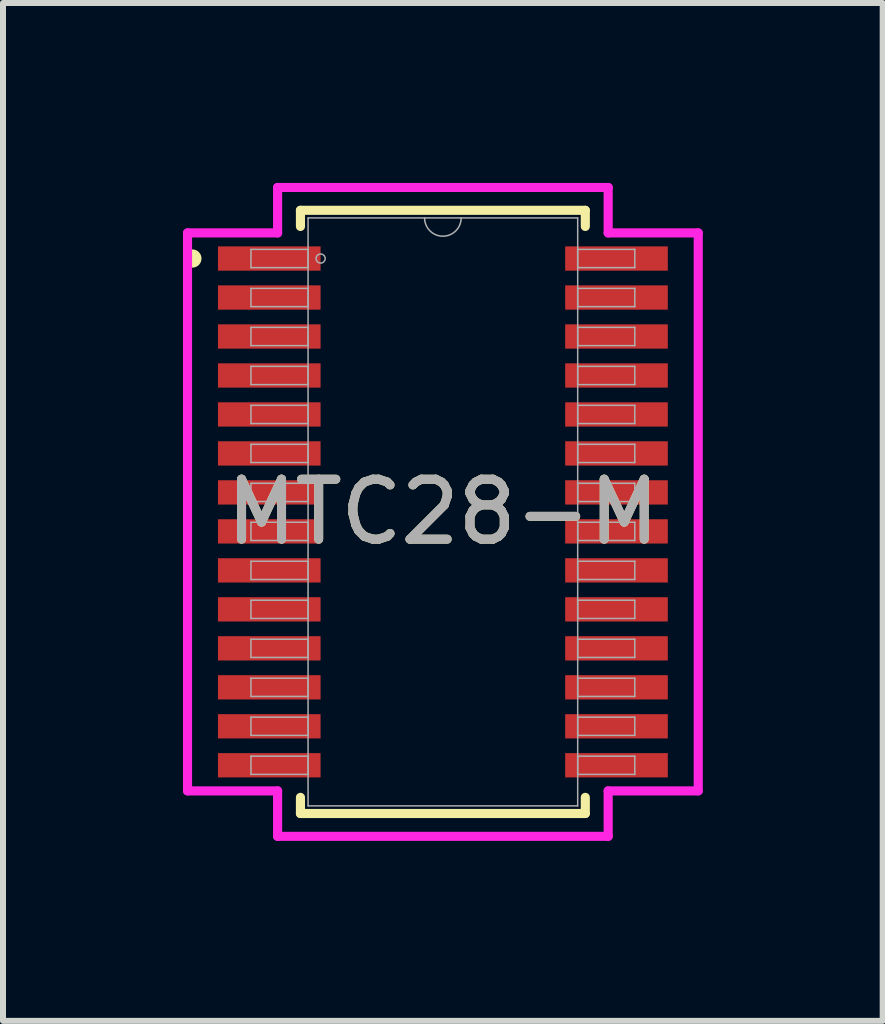
<source format=kicad_pcb>
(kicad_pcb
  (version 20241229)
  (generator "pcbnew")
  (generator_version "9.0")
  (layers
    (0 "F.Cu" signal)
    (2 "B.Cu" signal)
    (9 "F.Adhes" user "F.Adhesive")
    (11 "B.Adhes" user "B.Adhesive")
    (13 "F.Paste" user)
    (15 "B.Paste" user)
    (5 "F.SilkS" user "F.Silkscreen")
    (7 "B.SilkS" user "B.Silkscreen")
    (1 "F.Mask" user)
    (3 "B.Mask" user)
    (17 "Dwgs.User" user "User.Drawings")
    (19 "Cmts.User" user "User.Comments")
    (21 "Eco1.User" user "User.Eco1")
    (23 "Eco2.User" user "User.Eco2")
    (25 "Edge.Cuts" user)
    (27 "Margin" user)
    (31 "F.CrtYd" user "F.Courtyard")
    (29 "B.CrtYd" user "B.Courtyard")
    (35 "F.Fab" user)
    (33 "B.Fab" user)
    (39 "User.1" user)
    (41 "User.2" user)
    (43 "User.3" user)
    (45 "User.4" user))
  (footprint "MTC28-M"
    (layer "F.Cu")
    (at 4.335 5.486)
    (property "Reference" "MTC28-M" (at 0 0 0) (unlocked yes) (layer "F.SilkS") (effects (font (size 1 1) (thickness 0.15))))
    (attr smd)
    (fp_line (start -2.375 -5.029) (end -2.375 -4.76) (stroke (width 0.152) (type solid)) (layer "F.SilkS"))
    (fp_line (start -2.375 4.76) (end -2.375 5.029) (stroke (width 0.152) (type solid)) (layer "F.SilkS"))
    (fp_line (start -2.375 5.029) (end 2.375 5.029) (stroke (width 0.152) (type solid)) (layer "F.SilkS"))
    (fp_line (start 2.375 -5.029) (end -2.375 -5.029) (stroke (width 0.152) (type solid)) (layer "F.SilkS"))
    (fp_line (start 2.375 -4.76) (end 2.375 -5.029) (stroke (width 0.152) (type solid)) (layer "F.SilkS"))
    (fp_line (start 2.375 5.029) (end 2.375 4.76) (stroke (width 0.152) (type solid)) (layer "F.SilkS"))
    (fp_circle (center -4.177 -4.225) (end -4.101 -4.225) (stroke (width 0.152) (type solid)) (fill no) (layer "F.SilkS"))
    (fp_line (start -4.258 -4.652) (end -2.756 -4.652) (stroke (width 0.152) (type solid)) (layer "F.CrtYd"))
    (fp_line (start -4.258 4.652) (end -4.258 -4.652) (stroke (width 0.152) (type solid)) (layer "F.CrtYd"))
    (fp_line (start -4.258 4.652) (end -2.756 4.652) (stroke (width 0.152) (type solid)) (layer "F.CrtYd"))
    (fp_line (start -2.756 -5.41) (end 2.756 -5.41) (stroke (width 0.152) (type solid)) (layer "F.CrtYd"))
    (fp_line (start -2.756 -4.652) (end -2.756 -5.41) (stroke (width 0.152) (type solid)) (layer "F.CrtYd"))
    (fp_line (start -2.756 5.41) (end -2.756 4.652) (stroke (width 0.152) (type solid)) (layer "F.CrtYd"))
    (fp_line (start 2.756 -5.41) (end 2.756 -4.652) (stroke (width 0.152) (type solid)) (layer "F.CrtYd"))
    (fp_line (start 2.756 4.652) (end 2.756 5.41) (stroke (width 0.152) (type solid)) (layer "F.CrtYd"))
    (fp_line (start 2.756 5.41) (end -2.756 5.41) (stroke (width 0.152) (type solid)) (layer "F.CrtYd"))
    (fp_line (start 4.258 -4.652) (end 2.756 -4.652) (stroke (width 0.152) (type solid)) (layer "F.CrtYd"))
    (fp_line (start 4.258 -4.652) (end 4.258 4.652) (stroke (width 0.152) (type solid)) (layer "F.CrtYd"))
    (fp_line (start 4.258 4.652) (end 2.756 4.652) (stroke (width 0.152) (type solid)) (layer "F.CrtYd"))
    (fp_line (start -3.2 -4.377) (end -3.2 -4.073) (stroke (width 0.025) (type solid)) (layer "F.Fab"))
    (fp_line (start -3.2 -4.073) (end -2.248 -4.073) (stroke (width 0.025) (type solid)) (layer "F.Fab"))
    (fp_line (start -3.2 -3.727) (end -3.2 -3.423) (stroke (width 0.025) (type solid)) (layer "F.Fab"))
    (fp_line (start -3.2 -3.423) (end -2.248 -3.423) (stroke (width 0.025) (type solid)) (layer "F.Fab"))
    (fp_line (start -3.2 -3.077) (end -3.2 -2.773) (stroke (width 0.025) (type solid)) (layer "F.Fab"))
    (fp_line (start -3.2 -2.773) (end -2.248 -2.773) (stroke (width 0.025) (type solid)) (layer "F.Fab"))
    (fp_line (start -3.2 -2.427) (end -3.2 -2.123) (stroke (width 0.025) (type solid)) (layer "F.Fab"))
    (fp_line (start -3.2 -2.123) (end -2.248 -2.123) (stroke (width 0.025) (type solid)) (layer "F.Fab"))
    (fp_line (start -3.2 -1.777) (end -3.2 -1.473) (stroke (width 0.025) (type solid)) (layer "F.Fab"))
    (fp_line (start -3.2 -1.473) (end -2.248 -1.473) (stroke (width 0.025) (type solid)) (layer "F.Fab"))
    (fp_line (start -3.2 -1.127) (end -3.2 -0.823) (stroke (width 0.025) (type solid)) (layer "F.Fab"))
    (fp_line (start -3.2 -0.823) (end -2.248 -0.823) (stroke (width 0.025) (type solid)) (layer "F.Fab"))
    (fp_line (start -3.2 -0.477) (end -3.2 -0.173) (stroke (width 0.025) (type solid)) (layer "F.Fab"))
    (fp_line (start -3.2 -0.173) (end -2.248 -0.173) (stroke (width 0.025) (type solid)) (layer "F.Fab"))
    (fp_line (start -3.2 0.173) (end -3.2 0.477) (stroke (width 0.025) (type solid)) (layer "F.Fab"))
    (fp_line (start -3.2 0.477) (end -2.248 0.477) (stroke (width 0.025) (type solid)) (layer "F.Fab"))
    (fp_line (start -3.2 0.823) (end -3.2 1.127) (stroke (width 0.025) (type solid)) (layer "F.Fab"))
    (fp_line (start -3.2 1.127) (end -2.248 1.127) (stroke (width 0.025) (type solid)) (layer "F.Fab"))
    (fp_line (start -3.2 1.473) (end -3.2 1.777) (stroke (width 0.025) (type solid)) (layer "F.Fab"))
    (fp_line (start -3.2 1.777) (end -2.248 1.777) (stroke (width 0.025) (type solid)) (layer "F.Fab"))
    (fp_line (start -3.2 2.123) (end -3.2 2.427) (stroke (width 0.025) (type solid)) (layer "F.Fab"))
    (fp_line (start -3.2 2.427) (end -2.248 2.427) (stroke (width 0.025) (type solid)) (layer "F.Fab"))
    (fp_line (start -3.2 2.773) (end -3.2 3.077) (stroke (width 0.025) (type solid)) (layer "F.Fab"))
    (fp_line (start -3.2 3.077) (end -2.248 3.077) (stroke (width 0.025) (type solid)) (layer "F.Fab"))
    (fp_line (start -3.2 3.423) (end -3.2 3.727) (stroke (width 0.025) (type solid)) (layer "F.Fab"))
    (fp_line (start -3.2 3.727) (end -2.248 3.727) (stroke (width 0.025) (type solid)) (layer "F.Fab"))
    (fp_line (start -3.2 4.073) (end -3.2 4.377) (stroke (width 0.025) (type solid)) (layer "F.Fab"))
    (fp_line (start -3.2 4.377) (end -2.248 4.377) (stroke (width 0.025) (type solid)) (layer "F.Fab"))
    (fp_line (start -2.248 -4.902) (end -2.248 4.902) (stroke (width 0.025) (type solid)) (layer "F.Fab"))
    (fp_line (start -2.248 -4.377) (end -3.2 -4.377) (stroke (width 0.025) (type solid)) (layer "F.Fab"))
    (fp_line (start -2.248 -4.073) (end -2.248 -4.377) (stroke (width 0.025) (type solid)) (layer "F.Fab"))
    (fp_line (start -2.248 -3.727) (end -3.2 -3.727) (stroke (width 0.025) (type solid)) (layer "F.Fab"))
    (fp_line (start -2.248 -3.423) (end -2.248 -3.727) (stroke (width 0.025) (type solid)) (layer "F.Fab"))
    (fp_line (start -2.248 -3.077) (end -3.2 -3.077) (stroke (width 0.025) (type solid)) (layer "F.Fab"))
    (fp_line (start -2.248 -2.773) (end -2.248 -3.077) (stroke (width 0.025) (type solid)) (layer "F.Fab"))
    (fp_line (start -2.248 -2.427) (end -3.2 -2.427) (stroke (width 0.025) (type solid)) (layer "F.Fab"))
    (fp_line (start -2.248 -2.123) (end -2.248 -2.427) (stroke (width 0.025) (type solid)) (layer "F.Fab"))
    (fp_line (start -2.248 -1.777) (end -3.2 -1.777) (stroke (width 0.025) (type solid)) (layer "F.Fab"))
    (fp_line (start -2.248 -1.473) (end -2.248 -1.777) (stroke (width 0.025) (type solid)) (layer "F.Fab"))
    (fp_line (start -2.248 -1.127) (end -3.2 -1.127) (stroke (width 0.025) (type solid)) (layer "F.Fab"))
    (fp_line (start -2.248 -0.823) (end -2.248 -1.127) (stroke (width 0.025) (type solid)) (layer "F.Fab"))
    (fp_line (start -2.248 -0.477) (end -3.2 -0.477) (stroke (width 0.025) (type solid)) (layer "F.Fab"))
    (fp_line (start -2.248 -0.173) (end -2.248 -0.477) (stroke (width 0.025) (type solid)) (layer "F.Fab"))
    (fp_line (start -2.248 0.173) (end -3.2 0.173) (stroke (width 0.025) (type solid)) (layer "F.Fab"))
    (fp_line (start -2.248 0.477) (end -2.248 0.173) (stroke (width 0.025) (type solid)) (layer "F.Fab"))
    (fp_line (start -2.248 0.823) (end -3.2 0.823) (stroke (width 0.025) (type solid)) (layer "F.Fab"))
    (fp_line (start -2.248 1.127) (end -2.248 0.823) (stroke (width 0.025) (type solid)) (layer "F.Fab"))
    (fp_line (start -2.248 1.473) (end -3.2 1.473) (stroke (width 0.025) (type solid)) (layer "F.Fab"))
    (fp_line (start -2.248 1.777) (end -2.248 1.473) (stroke (width 0.025) (type solid)) (layer "F.Fab"))
    (fp_line (start -2.248 2.123) (end -3.2 2.123) (stroke (width 0.025) (type solid)) (layer "F.Fab"))
    (fp_line (start -2.248 2.427) (end -2.248 2.123) (stroke (width 0.025) (type solid)) (layer "F.Fab"))
    (fp_line (start -2.248 2.773) (end -3.2 2.773) (stroke (width 0.025) (type solid)) (layer "F.Fab"))
    (fp_line (start -2.248 3.077) (end -2.248 2.773) (stroke (width 0.025) (type solid)) (layer "F.Fab"))
    (fp_line (start -2.248 3.423) (end -3.2 3.423) (stroke (width 0.025) (type solid)) (layer "F.Fab"))
    (fp_line (start -2.248 3.727) (end -2.248 3.423) (stroke (width 0.025) (type solid)) (layer "F.Fab"))
    (fp_line (start -2.248 4.073) (end -3.2 4.073) (stroke (width 0.025) (type solid)) (layer "F.Fab"))
    (fp_line (start -2.248 4.377) (end -2.248 4.073) (stroke (width 0.025) (type solid)) (layer "F.Fab"))
    (fp_line (start -2.248 4.902) (end 2.248 4.902) (stroke (width 0.025) (type solid)) (layer "F.Fab"))
    (fp_line (start 2.248 -4.902) (end -2.248 -4.902) (stroke (width 0.025) (type solid)) (layer "F.Fab"))
    (fp_line (start 2.248 -4.377) (end 2.248 -4.073) (stroke (width 0.025) (type solid)) (layer "F.Fab"))
    (fp_line (start 2.248 -4.073) (end 3.2 -4.073) (stroke (width 0.025) (type solid)) (layer "F.Fab"))
    (fp_line (start 2.248 -3.727) (end 2.248 -3.423) (stroke (width 0.025) (type solid)) (layer "F.Fab"))
    (fp_line (start 2.248 -3.423) (end 3.2 -3.423) (stroke (width 0.025) (type solid)) (layer "F.Fab"))
    (fp_line (start 2.248 -3.077) (end 2.248 -2.773) (stroke (width 0.025) (type solid)) (layer "F.Fab"))
    (fp_line (start 2.248 -2.773) (end 3.2 -2.773) (stroke (width 0.025) (type solid)) (layer "F.Fab"))
    (fp_line (start 2.248 -2.427) (end 2.248 -2.123) (stroke (width 0.025) (type solid)) (layer "F.Fab"))
    (fp_line (start 2.248 -2.123) (end 3.2 -2.123) (stroke (width 0.025) (type solid)) (layer "F.Fab"))
    (fp_line (start 2.248 -1.777) (end 2.248 -1.473) (stroke (width 0.025) (type solid)) (layer "F.Fab"))
    (fp_line (start 2.248 -1.473) (end 3.2 -1.473) (stroke (width 0.025) (type solid)) (layer "F.Fab"))
    (fp_line (start 2.248 -1.127) (end 2.248 -0.823) (stroke (width 0.025) (type solid)) (layer "F.Fab"))
    (fp_line (start 2.248 -0.823) (end 3.2 -0.823) (stroke (width 0.025) (type solid)) (layer "F.Fab"))
    (fp_line (start 2.248 -0.477) (end 2.248 -0.173) (stroke (width 0.025) (type solid)) (layer "F.Fab"))
    (fp_line (start 2.248 -0.173) (end 3.2 -0.173) (stroke (width 0.025) (type solid)) (layer "F.Fab"))
    (fp_line (start 2.248 0.173) (end 2.248 0.477) (stroke (width 0.025) (type solid)) (layer "F.Fab"))
    (fp_line (start 2.248 0.477) (end 3.2 0.477) (stroke (width 0.025) (type solid)) (layer "F.Fab"))
    (fp_line (start 2.248 0.823) (end 2.248 1.127) (stroke (width 0.025) (type solid)) (layer "F.Fab"))
    (fp_line (start 2.248 1.127) (end 3.2 1.127) (stroke (width 0.025) (type solid)) (layer "F.Fab"))
    (fp_line (start 2.248 1.473) (end 2.248 1.777) (stroke (width 0.025) (type solid)) (layer "F.Fab"))
    (fp_line (start 2.248 1.777) (end 3.2 1.777) (stroke (width 0.025) (type solid)) (layer "F.Fab"))
    (fp_line (start 2.248 2.123) (end 2.248 2.427) (stroke (width 0.025) (type solid)) (layer "F.Fab"))
    (fp_line (start 2.248 2.427) (end 3.2 2.427) (stroke (width 0.025) (type solid)) (layer "F.Fab"))
    (fp_line (start 2.248 2.773) (end 2.248 3.077) (stroke (width 0.025) (type solid)) (layer "F.Fab"))
    (fp_line (start 2.248 3.077) (end 3.2 3.077) (stroke (width 0.025) (type solid)) (layer "F.Fab"))
    (fp_line (start 2.248 3.423) (end 2.248 3.727) (stroke (width 0.025) (type solid)) (layer "F.Fab"))
    (fp_line (start 2.248 3.727) (end 3.2 3.727) (stroke (width 0.025) (type solid)) (layer "F.Fab"))
    (fp_line (start 2.248 4.073) (end 2.248 4.377) (stroke (width 0.025) (type solid)) (layer "F.Fab"))
    (fp_line (start 2.248 4.377) (end 3.2 4.377) (stroke (width 0.025) (type solid)) (layer "F.Fab"))
    (fp_line (start 2.248 4.902) (end 2.248 -4.902) (stroke (width 0.025) (type solid)) (layer "F.Fab"))
    (fp_line (start 3.2 -4.377) (end 2.248 -4.377) (stroke (width 0.025) (type solid)) (layer "F.Fab"))
    (fp_line (start 3.2 -4.073) (end 3.2 -4.377) (stroke (width 0.025) (type solid)) (layer "F.Fab"))
    (fp_line (start 3.2 -3.727) (end 2.248 -3.727) (stroke (width 0.025) (type solid)) (layer "F.Fab"))
    (fp_line (start 3.2 -3.423) (end 3.2 -3.727) (stroke (width 0.025) (type solid)) (layer "F.Fab"))
    (fp_line (start 3.2 -3.077) (end 2.248 -3.077) (stroke (width 0.025) (type solid)) (layer "F.Fab"))
    (fp_line (start 3.2 -2.773) (end 3.2 -3.077) (stroke (width 0.025) (type solid)) (layer "F.Fab"))
    (fp_line (start 3.2 -2.427) (end 2.248 -2.427) (stroke (width 0.025) (type solid)) (layer "F.Fab"))
    (fp_line (start 3.2 -2.123) (end 3.2 -2.427) (stroke (width 0.025) (type solid)) (layer "F.Fab"))
    (fp_line (start 3.2 -1.777) (end 2.248 -1.777) (stroke (width 0.025) (type solid)) (layer "F.Fab"))
    (fp_line (start 3.2 -1.473) (end 3.2 -1.777) (stroke (width 0.025) (type solid)) (layer "F.Fab"))
    (fp_line (start 3.2 -1.127) (end 2.248 -1.127) (stroke (width 0.025) (type solid)) (layer "F.Fab"))
    (fp_line (start 3.2 -0.823) (end 3.2 -1.127) (stroke (width 0.025) (type solid)) (layer "F.Fab"))
    (fp_line (start 3.2 -0.477) (end 2.248 -0.477) (stroke (width 0.025) (type solid)) (layer "F.Fab"))
    (fp_line (start 3.2 -0.173) (end 3.2 -0.477) (stroke (width 0.025) (type solid)) (layer "F.Fab"))
    (fp_line (start 3.2 0.173) (end 2.248 0.173) (stroke (width 0.025) (type solid)) (layer "F.Fab"))
    (fp_line (start 3.2 0.477) (end 3.2 0.173) (stroke (width 0.025) (type solid)) (layer "F.Fab"))
    (fp_line (start 3.2 0.823) (end 2.248 0.823) (stroke (width 0.025) (type solid)) (layer "F.Fab"))
    (fp_line (start 3.2 1.127) (end 3.2 0.823) (stroke (width 0.025) (type solid)) (layer "F.Fab"))
    (fp_line (start 3.2 1.473) (end 2.248 1.473) (stroke (width 0.025) (type solid)) (layer "F.Fab"))
    (fp_line (start 3.2 1.777) (end 3.2 1.473) (stroke (width 0.025) (type solid)) (layer "F.Fab"))
    (fp_line (start 3.2 2.123) (end 2.248 2.123) (stroke (width 0.025) (type solid)) (layer "F.Fab"))
    (fp_line (start 3.2 2.427) (end 3.2 2.123) (stroke (width 0.025) (type solid)) (layer "F.Fab"))
    (fp_line (start 3.2 2.773) (end 2.248 2.773) (stroke (width 0.025) (type solid)) (layer "F.Fab"))
    (fp_line (start 3.2 3.077) (end 3.2 2.773) (stroke (width 0.025) (type solid)) (layer "F.Fab"))
    (fp_line (start 3.2 3.423) (end 2.248 3.423) (stroke (width 0.025) (type solid)) (layer "F.Fab"))
    (fp_line (start 3.2 3.727) (end 3.2 3.423) (stroke (width 0.025) (type solid)) (layer "F.Fab"))
    (fp_line (start 3.2 4.073) (end 2.248 4.073) (stroke (width 0.025) (type solid)) (layer "F.Fab"))
    (fp_line (start 3.2 4.377) (end 3.2 4.073) (stroke (width 0.025) (type solid)) (layer "F.Fab"))
    (fp_arc (start 0.3048 -4.9022) (mid 0 -4.5974) (end -0.3048 -4.9022) (stroke (width 0.0254) (type solid)) (layer "F.Fab"))
    (fp_circle (center -2.039 -4.225) (end -1.963 -4.225) (stroke (width 0.025) (type solid)) (fill no) (layer "F.Fab"))
    (fp_text user "${REFERENCE}" (at 0 0 0) (unlocked yes) (layer "F.Fab") (effects (font (size 1 1) (thickness 0.15))))
    (pad "1" smd rect (at -2.895 -4.225) (size 1.711 0.405) (layers "F.Cu" "F.Mask" "F.Paste"))
    (pad "2" smd rect (at -2.895 -3.575) (size 1.711 0.405) (layers "F.Cu" "F.Mask" "F.Paste"))
    (pad "3" smd rect (at -2.895 -2.925) (size 1.711 0.405) (layers "F.Cu" "F.Mask" "F.Paste"))
    (pad "4" smd rect (at -2.895 -2.275) (size 1.711 0.405) (layers "F.Cu" "F.Mask" "F.Paste"))
    (pad "5" smd rect (at -2.895 -1.625) (size 1.711 0.405) (layers "F.Cu" "F.Mask" "F.Paste"))
    (pad "6" smd rect (at -2.895 -0.975) (size 1.711 0.405) (layers "F.Cu" "F.Mask" "F.Paste"))
    (pad "7" smd rect (at -2.895 -0.325) (size 1.711 0.405) (layers "F.Cu" "F.Mask" "F.Paste"))
    (pad "8" smd rect (at -2.895 0.325) (size 1.711 0.405) (layers "F.Cu" "F.Mask" "F.Paste"))
    (pad "9" smd rect (at -2.895 0.975) (size 1.711 0.405) (layers "F.Cu" "F.Mask" "F.Paste"))
    (pad "10" smd rect (at -2.895 1.625) (size 1.711 0.405) (layers "F.Cu" "F.Mask" "F.Paste"))
    (pad "11" smd rect (at -2.895 2.275) (size 1.711 0.405) (layers "F.Cu" "F.Mask" "F.Paste"))
    (pad "12" smd rect (at -2.895 2.925) (size 1.711 0.405) (layers "F.Cu" "F.Mask" "F.Paste"))
    (pad "13" smd rect (at -2.895 3.575) (size 1.711 0.405) (layers "F.Cu" "F.Mask" "F.Paste"))
    (pad "14" smd rect (at -2.895 4.225) (size 1.711 0.405) (layers "F.Cu" "F.Mask" "F.Paste"))
    (pad "15" smd rect (at 2.895 4.225) (size 1.711 0.405) (layers "F.Cu" "F.Mask" "F.Paste"))
    (pad "16" smd rect (at 2.895 3.575) (size 1.711 0.405) (layers "F.Cu" "F.Mask" "F.Paste"))
    (pad "17" smd rect (at 2.895 2.925) (size 1.711 0.405) (layers "F.Cu" "F.Mask" "F.Paste"))
    (pad "18" smd rect (at 2.895 2.275) (size 1.711 0.405) (layers "F.Cu" "F.Mask" "F.Paste"))
    (pad "19" smd rect (at 2.895 1.625) (size 1.711 0.405) (layers "F.Cu" "F.Mask" "F.Paste"))
    (pad "20" smd rect (at 2.895 0.975) (size 1.711 0.405) (layers "F.Cu" "F.Mask" "F.Paste"))
    (pad "21" smd rect (at 2.895 0.325) (size 1.711 0.405) (layers "F.Cu" "F.Mask" "F.Paste"))
    (pad "22" smd rect (at 2.895 -0.325) (size 1.711 0.405) (layers "F.Cu" "F.Mask" "F.Paste"))
    (pad "23" smd rect (at 2.895 -0.975) (size 1.711 0.405) (layers "F.Cu" "F.Mask" "F.Paste"))
    (pad "24" smd rect (at 2.895 -1.625) (size 1.711 0.405) (layers "F.Cu" "F.Mask" "F.Paste"))
    (pad "25" smd rect (at 2.895 -2.275) (size 1.711 0.405) (layers "F.Cu" "F.Mask" "F.Paste"))
    (pad "26" smd rect (at 2.895 -2.925) (size 1.711 0.405) (layers "F.Cu" "F.Mask" "F.Paste"))
    (pad "27" smd rect (at 2.895 -3.575) (size 1.711 0.405) (layers "F.Cu" "F.Mask" "F.Paste"))
    (pad "28" smd rect (at 2.895 -4.225) (size 1.711 0.405) (layers "F.Cu" "F.Mask" "F.Paste")))
  (gr_rect
    (start -3 -3)
    (end 11.669 13.973)
    (stroke (width 0.1) (type default))
    (fill no)
    (layer "Edge.Cuts")))
</source>
